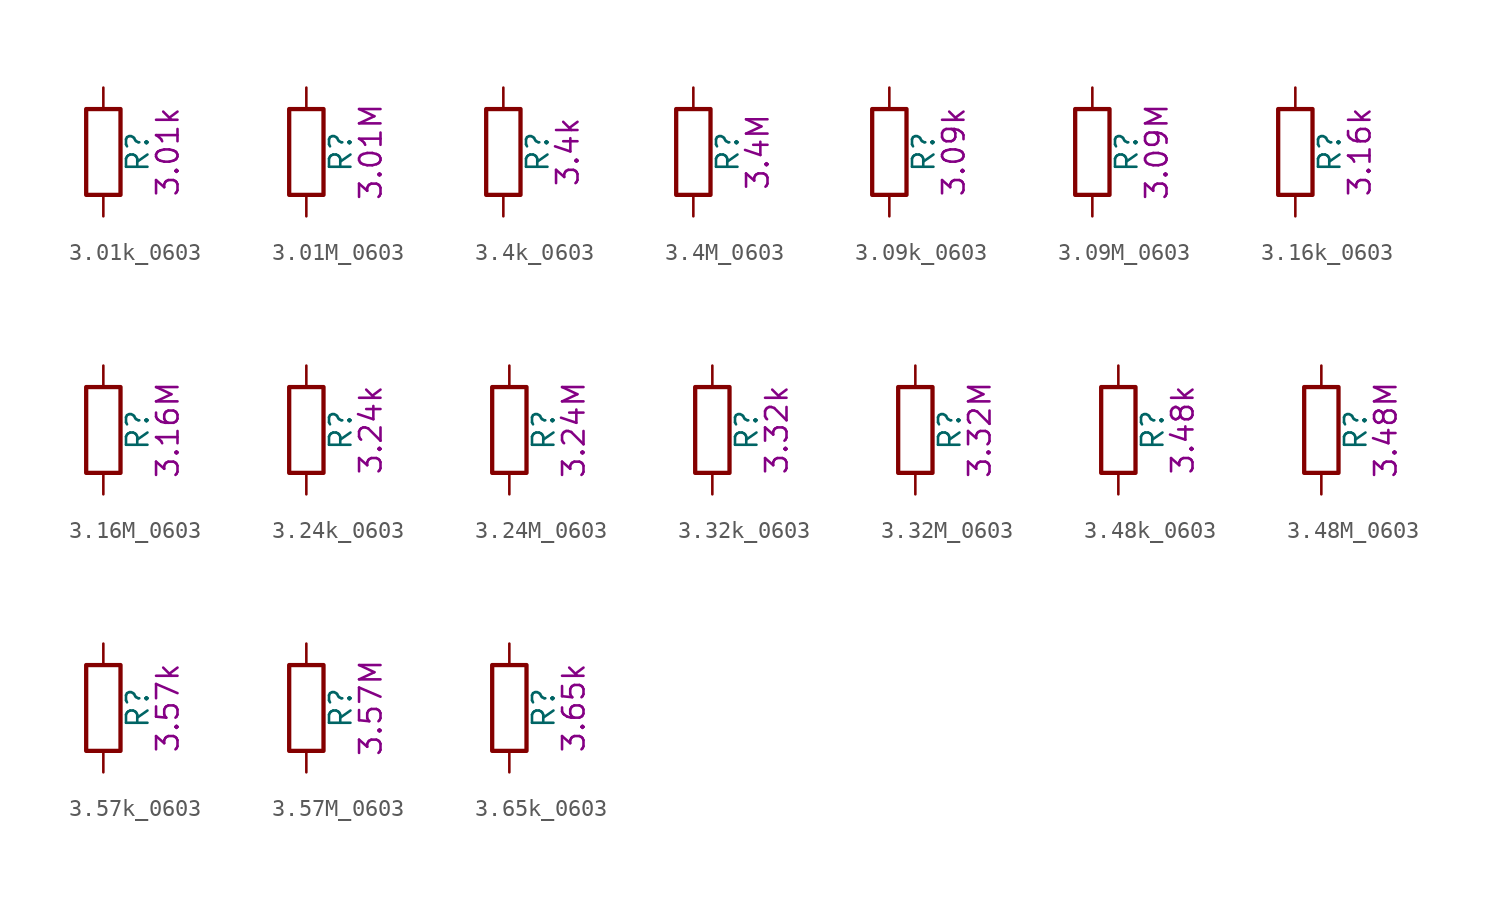
<source format=kicad_sym>
(kicad_symbol_lib
  (version 20211014)
  (generator kicad_symbol_editor)
  (symbol "3.01k_0603"
    (pin_numbers hide)
    (pin_names
      (offset 0))
    (property "Reference" "R"
      (at 2.032 0 90)
      (effects (font (size 1.27 1.27))))
    (property "Display" "3.01k"
      (at 3.81 0 90)
      (effects (font (size 1.27 1.27))))
    (symbol "3.01k_0603_0_1"
      (rectangle (start -1.016 -2.54) (end 1.016 2.54) (stroke (width 0.254) (type default) (color 0 0 0 0)) (fill (type none))))
    (symbol "3.01k_0603_1_1"
      (pin passive line (at 0 3.81 270) (length 1.27) (name "~" (effects (font (size 1.27 1.27)))) (number "1" (effects (font (size 1.27 1.27)))))
      (pin passive line (at 0 -3.81 90) (length 1.27) (name "~" (effects (font (size 1.27 1.27)))) (number "2" (effects (font (size 1.27 1.27)))))))
  (symbol "3.01M_0603"
    (pin_numbers hide)
    (pin_names
      (offset 0))
    (property "Reference" "R"
      (at 2.032 0 90)
      (effects (font (size 1.27 1.27))))
    (property "Display" "3.01M"
      (at 3.81 0 90)
      (effects (font (size 1.27 1.27))))
    (symbol "3.01M_0603_0_1"
      (rectangle (start -1.016 -2.54) (end 1.016 2.54) (stroke (width 0.254) (type default) (color 0 0 0 0)) (fill (type none))))
    (symbol "3.01M_0603_1_1"
      (pin passive line (at 0 3.81 270) (length 1.27) (name "~" (effects (font (size 1.27 1.27)))) (number "1" (effects (font (size 1.27 1.27)))))
      (pin passive line (at 0 -3.81 90) (length 1.27) (name "~" (effects (font (size 1.27 1.27)))) (number "2" (effects (font (size 1.27 1.27)))))))
  (symbol "3.4k_0603"
    (pin_numbers hide)
    (pin_names
      (offset 0))
    (property "Reference" "R"
      (at 2.032 0 90)
      (effects (font (size 1.27 1.27))))
    (property "Display" "3.4k"
      (at 3.81 0 90)
      (effects (font (size 1.27 1.27))))
    (symbol "3.4k_0603_0_1"
      (rectangle (start -1.016 -2.54) (end 1.016 2.54) (stroke (width 0.254) (type default) (color 0 0 0 0)) (fill (type none))))
    (symbol "3.4k_0603_1_1"
      (pin passive line (at 0 3.81 270) (length 1.27) (name "~" (effects (font (size 1.27 1.27)))) (number "1" (effects (font (size 1.27 1.27)))))
      (pin passive line (at 0 -3.81 90) (length 1.27) (name "~" (effects (font (size 1.27 1.27)))) (number "2" (effects (font (size 1.27 1.27)))))))
  (symbol "3.4M_0603"
    (pin_numbers hide)
    (pin_names
      (offset 0))
    (property "Reference" "R"
      (at 2.032 0 90)
      (effects (font (size 1.27 1.27))))
    (property "Display" "3.4M"
      (at 3.81 0 90)
      (effects (font (size 1.27 1.27))))
    (symbol "3.4M_0603_0_1"
      (rectangle (start -1.016 -2.54) (end 1.016 2.54) (stroke (width 0.254) (type default) (color 0 0 0 0)) (fill (type none))))
    (symbol "3.4M_0603_1_1"
      (pin passive line (at 0 3.81 270) (length 1.27) (name "~" (effects (font (size 1.27 1.27)))) (number "1" (effects (font (size 1.27 1.27)))))
      (pin passive line (at 0 -3.81 90) (length 1.27) (name "~" (effects (font (size 1.27 1.27)))) (number "2" (effects (font (size 1.27 1.27)))))))
  (symbol "3.09k_0603"
    (pin_numbers hide)
    (pin_names
      (offset 0))
    (property "Reference" "R"
      (at 2.032 0 90)
      (effects (font (size 1.27 1.27))))
    (property "Display" "3.09k"
      (at 3.81 0 90)
      (effects (font (size 1.27 1.27))))
    (symbol "3.09k_0603_0_1"
      (rectangle (start -1.016 -2.54) (end 1.016 2.54) (stroke (width 0.254) (type default) (color 0 0 0 0)) (fill (type none))))
    (symbol "3.09k_0603_1_1"
      (pin passive line (at 0 3.81 270) (length 1.27) (name "~" (effects (font (size 1.27 1.27)))) (number "1" (effects (font (size 1.27 1.27)))))
      (pin passive line (at 0 -3.81 90) (length 1.27) (name "~" (effects (font (size 1.27 1.27)))) (number "2" (effects (font (size 1.27 1.27)))))))
  (symbol "3.09M_0603"
    (pin_numbers hide)
    (pin_names
      (offset 0))
    (property "Reference" "R"
      (at 2.032 0 90)
      (effects (font (size 1.27 1.27))))
    (property "Display" "3.09M"
      (at 3.81 0 90)
      (effects (font (size 1.27 1.27))))
    (symbol "3.09M_0603_0_1"
      (rectangle (start -1.016 -2.54) (end 1.016 2.54) (stroke (width 0.254) (type default) (color 0 0 0 0)) (fill (type none))))
    (symbol "3.09M_0603_1_1"
      (pin passive line (at 0 3.81 270) (length 1.27) (name "~" (effects (font (size 1.27 1.27)))) (number "1" (effects (font (size 1.27 1.27)))))
      (pin passive line (at 0 -3.81 90) (length 1.27) (name "~" (effects (font (size 1.27 1.27)))) (number "2" (effects (font (size 1.27 1.27)))))))
  (symbol "3.16k_0603"
    (pin_numbers hide)
    (pin_names
      (offset 0))
    (property "Reference" "R"
      (at 2.032 0 90)
      (effects (font (size 1.27 1.27))))
    (property "Display" "3.16k"
      (at 3.81 0 90)
      (effects (font (size 1.27 1.27))))
    (symbol "3.16k_0603_0_1"
      (rectangle (start -1.016 -2.54) (end 1.016 2.54) (stroke (width 0.254) (type default) (color 0 0 0 0)) (fill (type none))))
    (symbol "3.16k_0603_1_1"
      (pin passive line (at 0 3.81 270) (length 1.27) (name "~" (effects (font (size 1.27 1.27)))) (number "1" (effects (font (size 1.27 1.27)))))
      (pin passive line (at 0 -3.81 90) (length 1.27) (name "~" (effects (font (size 1.27 1.27)))) (number "2" (effects (font (size 1.27 1.27)))))))
  (symbol "3.16M_0603"
    (pin_numbers hide)
    (pin_names
      (offset 0))
    (property "Reference" "R"
      (at 2.032 0 90)
      (effects (font (size 1.27 1.27))))
    (property "Display" "3.16M"
      (at 3.81 0 90)
      (effects (font (size 1.27 1.27))))
    (symbol "3.16M_0603_0_1"
      (rectangle (start -1.016 -2.54) (end 1.016 2.54) (stroke (width 0.254) (type default) (color 0 0 0 0)) (fill (type none))))
    (symbol "3.16M_0603_1_1"
      (pin passive line (at 0 3.81 270) (length 1.27) (name "~" (effects (font (size 1.27 1.27)))) (number "1" (effects (font (size 1.27 1.27)))))
      (pin passive line (at 0 -3.81 90) (length 1.27) (name "~" (effects (font (size 1.27 1.27)))) (number "2" (effects (font (size 1.27 1.27)))))))
  (symbol "3.24k_0603"
    (pin_numbers hide)
    (pin_names
      (offset 0))
    (property "Reference" "R"
      (at 2.032 0 90)
      (effects (font (size 1.27 1.27))))
    (property "Display" "3.24k"
      (at 3.81 0 90)
      (effects (font (size 1.27 1.27))))
    (symbol "3.24k_0603_0_1"
      (rectangle (start -1.016 -2.54) (end 1.016 2.54) (stroke (width 0.254) (type default) (color 0 0 0 0)) (fill (type none))))
    (symbol "3.24k_0603_1_1"
      (pin passive line (at 0 3.81 270) (length 1.27) (name "~" (effects (font (size 1.27 1.27)))) (number "1" (effects (font (size 1.27 1.27)))))
      (pin passive line (at 0 -3.81 90) (length 1.27) (name "~" (effects (font (size 1.27 1.27)))) (number "2" (effects (font (size 1.27 1.27)))))))
  (symbol "3.24M_0603"
    (pin_numbers hide)
    (pin_names
      (offset 0))
    (property "Reference" "R"
      (at 2.032 0 90)
      (effects (font (size 1.27 1.27))))
    (property "Display" "3.24M"
      (at 3.81 0 90)
      (effects (font (size 1.27 1.27))))
    (symbol "3.24M_0603_0_1"
      (rectangle (start -1.016 -2.54) (end 1.016 2.54) (stroke (width 0.254) (type default) (color 0 0 0 0)) (fill (type none))))
    (symbol "3.24M_0603_1_1"
      (pin passive line (at 0 3.81 270) (length 1.27) (name "~" (effects (font (size 1.27 1.27)))) (number "1" (effects (font (size 1.27 1.27)))))
      (pin passive line (at 0 -3.81 90) (length 1.27) (name "~" (effects (font (size 1.27 1.27)))) (number "2" (effects (font (size 1.27 1.27)))))))
  (symbol "3.32k_0603"
    (pin_numbers hide)
    (pin_names
      (offset 0))
    (property "Reference" "R"
      (at 2.032 0 90)
      (effects (font (size 1.27 1.27))))
    (property "Display" "3.32k"
      (at 3.81 0 90)
      (effects (font (size 1.27 1.27))))
    (symbol "3.32k_0603_0_1"
      (rectangle (start -1.016 -2.54) (end 1.016 2.54) (stroke (width 0.254) (type default) (color 0 0 0 0)) (fill (type none))))
    (symbol "3.32k_0603_1_1"
      (pin passive line (at 0 3.81 270) (length 1.27) (name "~" (effects (font (size 1.27 1.27)))) (number "1" (effects (font (size 1.27 1.27)))))
      (pin passive line (at 0 -3.81 90) (length 1.27) (name "~" (effects (font (size 1.27 1.27)))) (number "2" (effects (font (size 1.27 1.27)))))))
  (symbol "3.32M_0603"
    (pin_numbers hide)
    (pin_names
      (offset 0))
    (property "Reference" "R"
      (at 2.032 0 90)
      (effects (font (size 1.27 1.27))))
    (property "Display" "3.32M"
      (at 3.81 0 90)
      (effects (font (size 1.27 1.27))))
    (symbol "3.32M_0603_0_1"
      (rectangle (start -1.016 -2.54) (end 1.016 2.54) (stroke (width 0.254) (type default) (color 0 0 0 0)) (fill (type none))))
    (symbol "3.32M_0603_1_1"
      (pin passive line (at 0 3.81 270) (length 1.27) (name "~" (effects (font (size 1.27 1.27)))) (number "1" (effects (font (size 1.27 1.27)))))
      (pin passive line (at 0 -3.81 90) (length 1.27) (name "~" (effects (font (size 1.27 1.27)))) (number "2" (effects (font (size 1.27 1.27)))))))
  (symbol "3.48k_0603"
    (pin_numbers hide)
    (pin_names
      (offset 0))
    (property "Reference" "R"
      (at 2.032 0 90)
      (effects (font (size 1.27 1.27))))
    (property "Display" "3.48k"
      (at 3.81 0 90)
      (effects (font (size 1.27 1.27))))
    (symbol "3.48k_0603_0_1"
      (rectangle (start -1.016 -2.54) (end 1.016 2.54) (stroke (width 0.254) (type default) (color 0 0 0 0)) (fill (type none))))
    (symbol "3.48k_0603_1_1"
      (pin passive line (at 0 3.81 270) (length 1.27) (name "~" (effects (font (size 1.27 1.27)))) (number "1" (effects (font (size 1.27 1.27)))))
      (pin passive line (at 0 -3.81 90) (length 1.27) (name "~" (effects (font (size 1.27 1.27)))) (number "2" (effects (font (size 1.27 1.27)))))))
  (symbol "3.48M_0603"
    (pin_numbers hide)
    (pin_names
      (offset 0))
    (property "Reference" "R"
      (at 2.032 0 90)
      (effects (font (size 1.27 1.27))))
    (property "Display" "3.48M"
      (at 3.81 0 90)
      (effects (font (size 1.27 1.27))))
    (symbol "3.48M_0603_0_1"
      (rectangle (start -1.016 -2.54) (end 1.016 2.54) (stroke (width 0.254) (type default) (color 0 0 0 0)) (fill (type none))))
    (symbol "3.48M_0603_1_1"
      (pin passive line (at 0 3.81 270) (length 1.27) (name "~" (effects (font (size 1.27 1.27)))) (number "1" (effects (font (size 1.27 1.27)))))
      (pin passive line (at 0 -3.81 90) (length 1.27) (name "~" (effects (font (size 1.27 1.27)))) (number "2" (effects (font (size 1.27 1.27)))))))
  (symbol "3.57k_0603"
    (pin_numbers hide)
    (pin_names
      (offset 0))
    (property "Reference" "R"
      (at 2.032 0 90)
      (effects (font (size 1.27 1.27))))
    (property "Display" "3.57k"
      (at 3.81 0 90)
      (effects (font (size 1.27 1.27))))
    (symbol "3.57k_0603_0_1"
      (rectangle (start -1.016 -2.54) (end 1.016 2.54) (stroke (width 0.254) (type default) (color 0 0 0 0)) (fill (type none))))
    (symbol "3.57k_0603_1_1"
      (pin passive line (at 0 3.81 270) (length 1.27) (name "~" (effects (font (size 1.27 1.27)))) (number "1" (effects (font (size 1.27 1.27)))))
      (pin passive line (at 0 -3.81 90) (length 1.27) (name "~" (effects (font (size 1.27 1.27)))) (number "2" (effects (font (size 1.27 1.27)))))))
  (symbol "3.57M_0603"
    (pin_numbers hide)
    (pin_names
      (offset 0))
    (property "Reference" "R"
      (at 2.032 0 90)
      (effects (font (size 1.27 1.27))))
    (property "Display" "3.57M"
      (at 3.81 0 90)
      (effects (font (size 1.27 1.27))))
    (symbol "3.57M_0603_0_1"
      (rectangle (start -1.016 -2.54) (end 1.016 2.54) (stroke (width 0.254) (type default) (color 0 0 0 0)) (fill (type none))))
    (symbol "3.57M_0603_1_1"
      (pin passive line (at 0 3.81 270) (length 1.27) (name "~" (effects (font (size 1.27 1.27)))) (number "1" (effects (font (size 1.27 1.27)))))
      (pin passive line (at 0 -3.81 90) (length 1.27) (name "~" (effects (font (size 1.27 1.27)))) (number "2" (effects (font (size 1.27 1.27)))))))
  (symbol "3.65k_0603"
    (pin_numbers hide)
    (pin_names
      (offset 0))
    (property "Reference" "R"
      (at 2.032 0 90)
      (effects (font (size 1.27 1.27))))
    (property "Display" "3.65k"
      (at 3.81 0 90)
      (effects (font (size 1.27 1.27))))
    (symbol "3.65k_0603_0_1"
      (rectangle (start -1.016 -2.54) (end 1.016 2.54) (stroke (width 0.254) (type default) (color 0 0 0 0)) (fill (type none))))
    (symbol "3.65k_0603_1_1"
      (pin passive line (at 0 3.81 270) (length 1.27) (name "~" (effects (font (size 1.27 1.27)))) (number "1" (effects (font (size 1.27 1.27)))))
      (pin passive line (at 0 -3.81 90) (length 1.27) (name "~" (effects (font (size 1.27 1.27)))) (number "2" (effects (font (size 1.27 1.27))))))))
</source>
